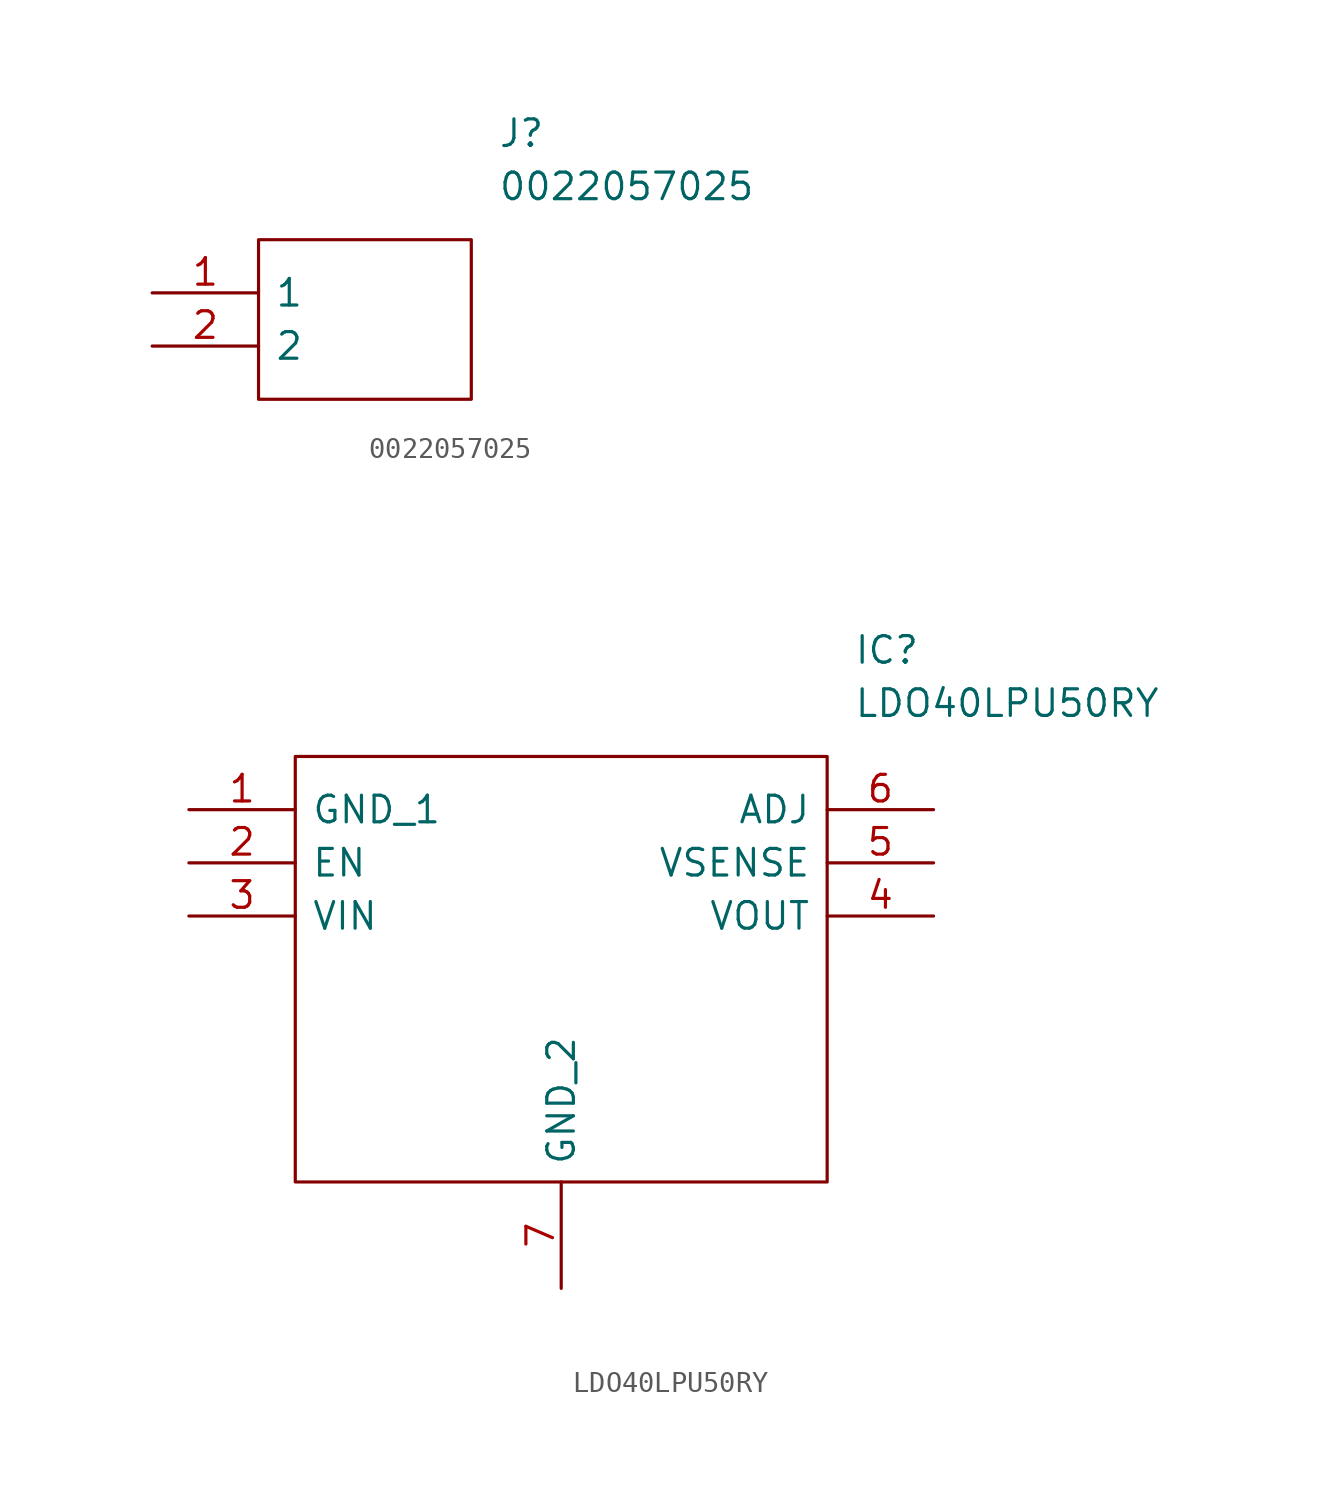
<source format=kicad_sym>
(kicad_symbol_lib
  (version 20211014)
  (generator kicad_symbol_editor)
  (symbol "0022057025"
    (pin_names
      (offset 0.762))
    (property "Reference" "J"
      (at 16.51 7.62 0)
      (effects (font (size 1.27 1.27)) (justify left)))
    (property "Value" "0022057025"
      (at 16.51 5.08 0)
      (effects (font (size 1.27 1.27)) (justify left)))
    (symbol "0022057025_0_0"
      (pin passive line (at 0 0 0) (length 5.08) (name "1" (effects (font (size 1.27 1.27)))) (number "1" (effects (font (size 1.27 1.27)))))
      (pin passive line (at 0 -2.54 0) (length 5.08) (name "2" (effects (font (size 1.27 1.27)))) (number "2" (effects (font (size 1.27 1.27))))))
    (symbol "0022057025_0_1"
      (polyline (pts (xy 5.08 2.54) (xy 15.24 2.54) (xy 15.24 -5.08) (xy 5.08 -5.08) (xy 5.08 2.54)) (stroke (width 0.152) (type default) (color 0 0 0 0)) (fill (type none)))))
  (symbol "LDO40LPU50RY"
    (pin_names
      (offset 0.762))
    (property "Reference" "IC"
      (at 31.75 7.62 0)
      (effects (font (size 1.27 1.27)) (justify left)))
    (property "Value" "LDO40LPU50RY"
      (at 31.75 5.08 0)
      (effects (font (size 1.27 1.27)) (justify left)))
    (symbol "LDO40LPU50RY_0_0"
      (pin passive line (at 0 0 0) (length 5.08) (name "GND_1" (effects (font (size 1.27 1.27)))) (number "1" (effects (font (size 1.27 1.27)))))
      (pin passive line (at 0 -2.54 0) (length 5.08) (name "EN" (effects (font (size 1.27 1.27)))) (number "2" (effects (font (size 1.27 1.27)))))
      (pin passive line (at 0 -5.08 0) (length 5.08) (name "VIN" (effects (font (size 1.27 1.27)))) (number "3" (effects (font (size 1.27 1.27)))))
      (pin passive line (at 35.56 -5.08 180) (length 5.08) (name "VOUT" (effects (font (size 1.27 1.27)))) (number "4" (effects (font (size 1.27 1.27)))))
      (pin passive line (at 35.56 -2.54 180) (length 5.08) (name "VSENSE" (effects (font (size 1.27 1.27)))) (number "5" (effects (font (size 1.27 1.27)))))
      (pin passive line (at 35.56 0 180) (length 5.08) (name "ADJ" (effects (font (size 1.27 1.27)))) (number "6" (effects (font (size 1.27 1.27)))))
      (pin passive line (at 17.78 -22.86 90) (length 5.08) (name "GND_2" (effects (font (size 1.27 1.27)))) (number "7" (effects (font (size 1.27 1.27))))))
    (symbol "LDO40LPU50RY_0_1"
      (polyline (pts (xy 5.08 2.54) (xy 30.48 2.54) (xy 30.48 -17.78) (xy 5.08 -17.78) (xy 5.08 2.54)) (stroke (width 0.152) (type default) (color 0 0 0 0)) (fill (type none))))))
</source>
